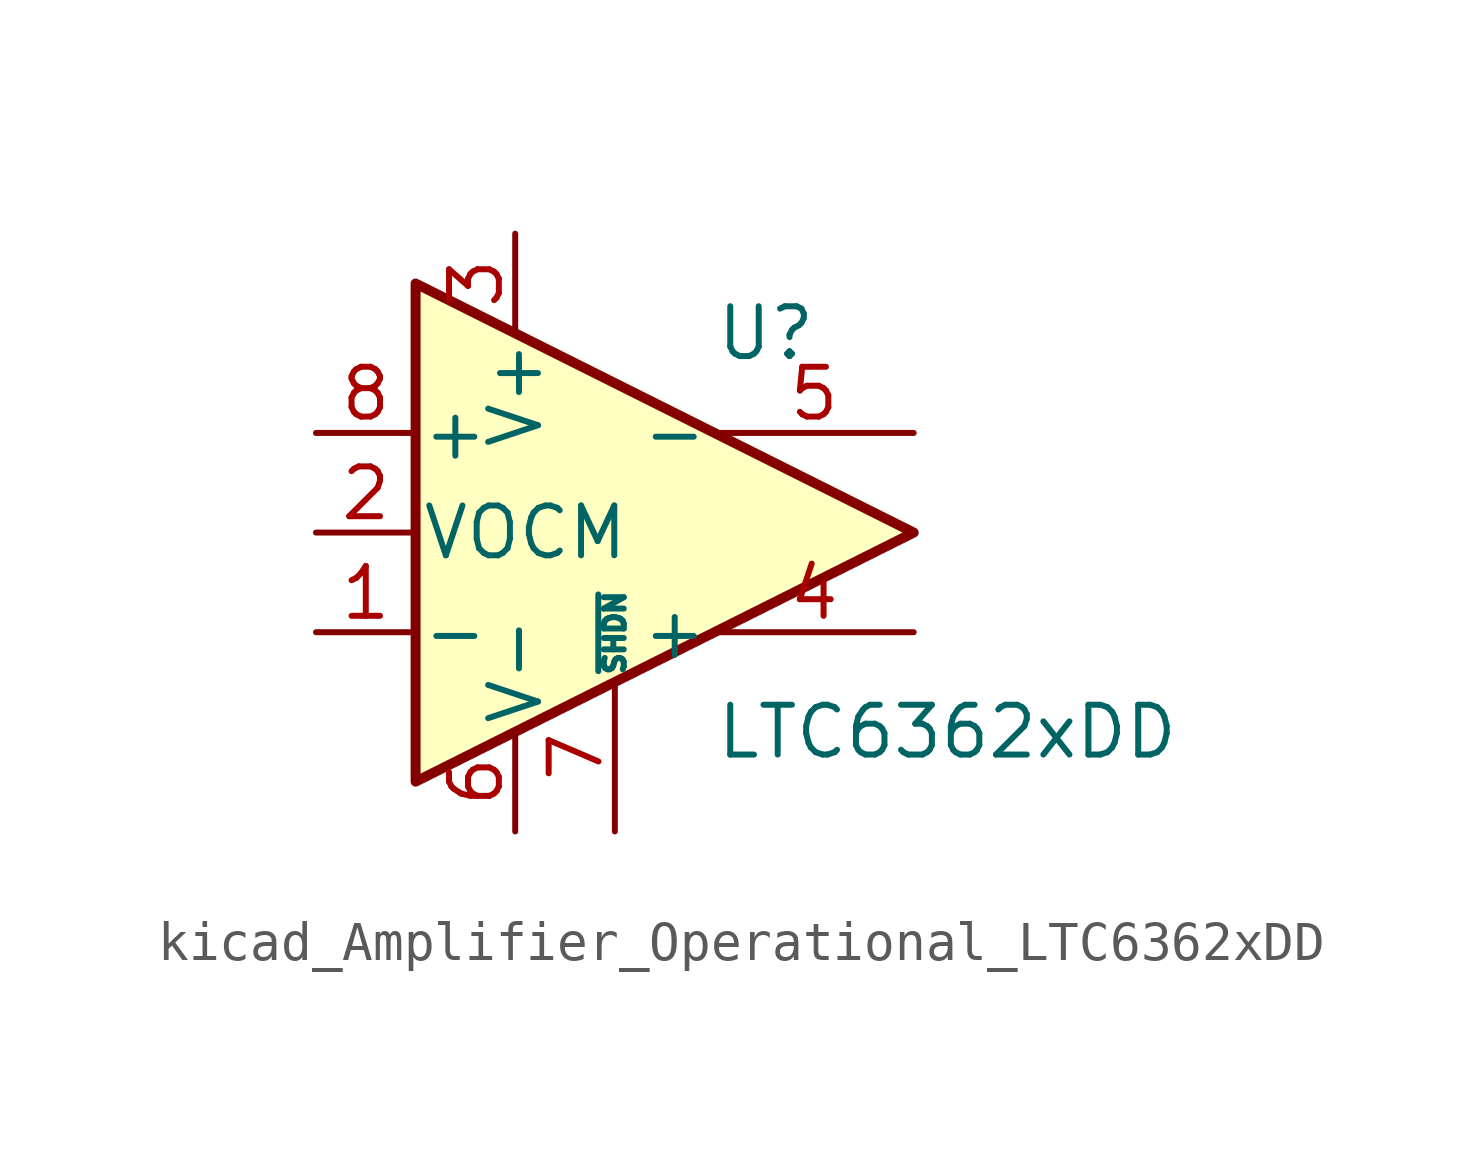
<source format=kicad_sym>
(kicad_symbol_lib
  (version 20220914)
  (generator kicad_symbol_editor)
  (symbol "kicad_Amplifier_Operational_LTC6362xDD"
    (pin_names
      (offset 0.127))
    (property "Reference" "U"
      (at 2.54 5.08 0)
      (effects (font (size 1.27 1.27)) (justify left)))
    (property "Value" "LTC6362xDD"
      (at 2.54 -5.08 0)
      (effects (font (size 1.27 1.27)) (justify left)))
    (symbol "kicad_Amplifier_Operational_LTC6362xDD_0_1"
      (polyline (pts (xy -5.08 6.35) (xy -5.08 -6.35) (xy 7.62 0) (xy -5.08 6.35)) (stroke (width 0.254) (type default)) (fill (type background))))
    (symbol "kicad_Amplifier_Operational_LTC6362xDD_1_1"
      (pin input line (at -7.62 -2.54 0) (length 2.54) (name "-" (effects (font (size 1.27 1.27)))) (number "1" (effects (font (size 1.27 1.27)))))
      (pin input line (at -7.62 0 0) (length 2.54) (name "VOCM" (effects (font (size 1.27 1.27)))) (number "2" (effects (font (size 1.27 1.27)))))
      (pin power_in line (at -2.54 7.62 270) (length 2.54) (name "V+" (effects (font (size 1.27 1.27)))) (number "3" (effects (font (size 1.27 1.27)))))
      (pin output line (at 7.62 -2.54 180) (length 5.08) (name "+" (effects (font (size 1.27 1.27)))) (number "4" (effects (font (size 1.27 1.27)))))
      (pin output line (at 7.62 2.54 180) (length 5.08) (name "-" (effects (font (size 1.27 1.27)))) (number "5" (effects (font (size 1.27 1.27)))))
      (pin power_in line (at -2.54 -7.62 90) (length 2.54) (name "V-" (effects (font (size 1.27 1.27)))) (number "6" (effects (font (size 1.27 1.27)))))
      (pin input line (at 0 -7.62 90) (length 3.81) (name "~{SHDN}" (effects (font (size 0.508 0.508)))) (number "7" (effects (font (size 1.27 1.27)))))
      (pin input line (at -7.62 2.54 0) (length 2.54) (name "+" (effects (font (size 1.27 1.27)))) (number "8" (effects (font (size 1.27 1.27)))))
      (pin passive line (at -2.54 -7.62 90) (length 2.54) hide (name "V-" (effects (font (size 1.27 1.27)))) (number "9" (effects (font (size 1.27 1.27))))))))
</source>
